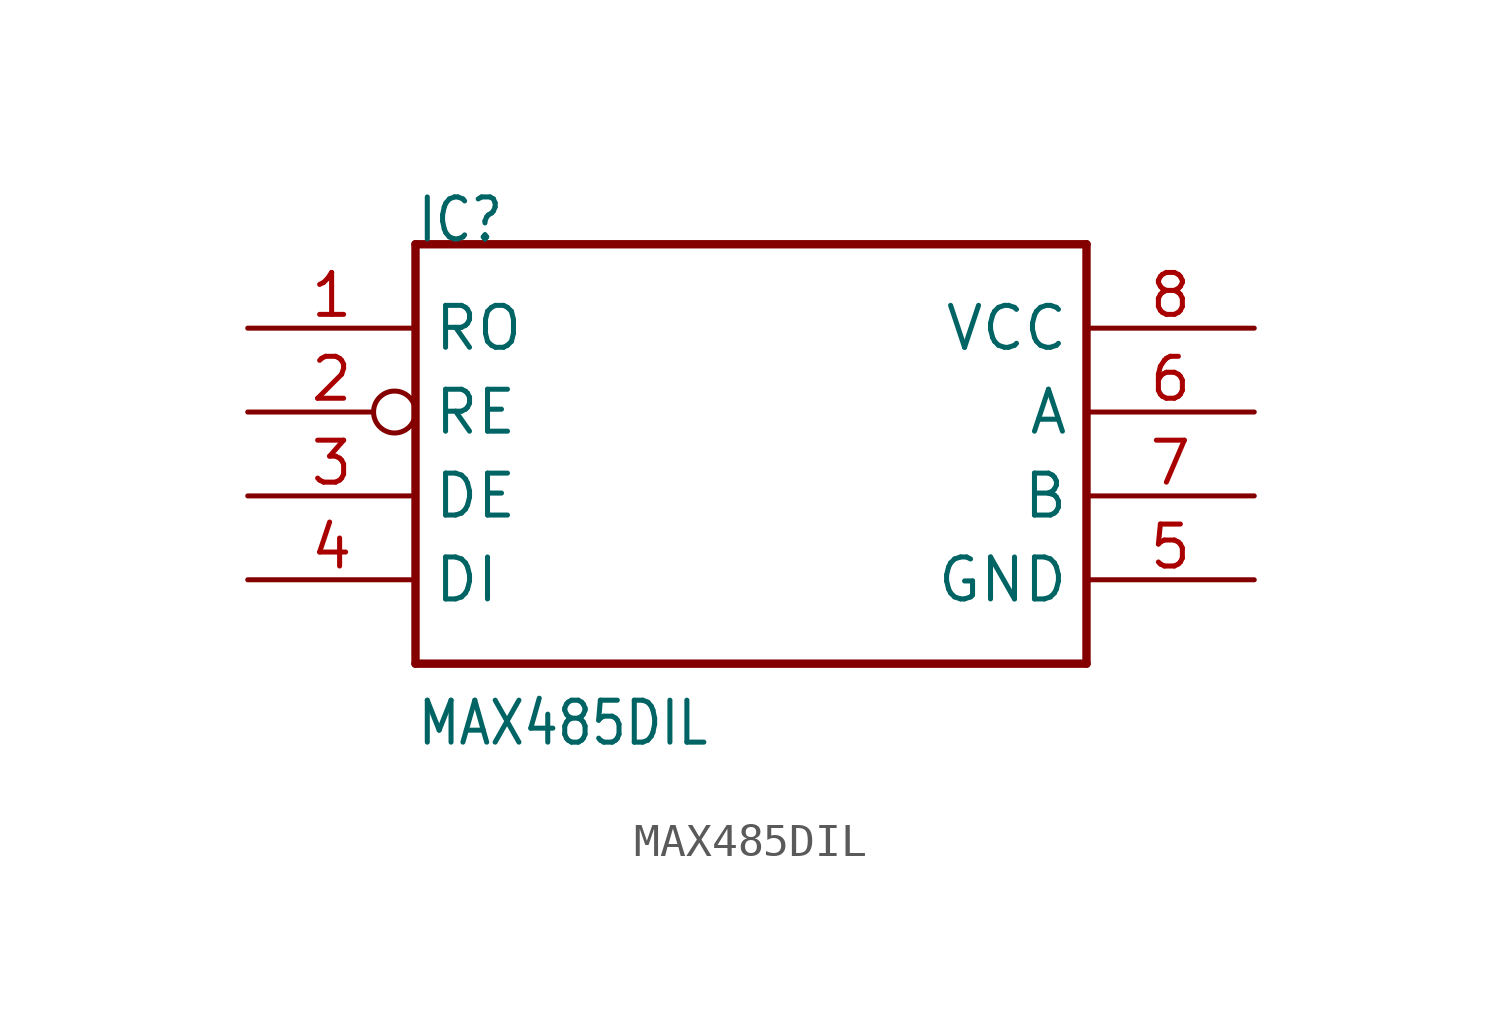
<source format=kicad_sym>
(kicad_symbol_lib
  (version 20211014)
  (generator kicad_symbol_editor)
  (symbol "MAX485DIL"
    (property "Reference" "IC"
      (at -10.16 7.62 0)
      (effects (font (size 1.27 1.079)) (justify left bottom)))
    (property "Value" "MAX485DIL"
      (at -10.16 -7.62 0)
      (effects (font (size 1.27 1.079)) (justify left bottom)))
    (property "ki_locked" ""
      (at 0 0 0)
      (effects (font (size 1.27 1.27))))
    (symbol "MAX485DIL_1_0"
      (polyline (pts (xy -10.16 -5.08) (xy 10.16 -5.08)) (stroke (width 0.254) (type default) (color 0 0 0 0)) (fill (type none)))
      (polyline (pts (xy -10.16 7.62) (xy -10.16 -5.08)) (stroke (width 0.254) (type default) (color 0 0 0 0)) (fill (type none)))
      (polyline (pts (xy 10.16 -5.08) (xy 10.16 7.62)) (stroke (width 0.254) (type default) (color 0 0 0 0)) (fill (type none)))
      (polyline (pts (xy 10.16 7.62) (xy -10.16 7.62)) (stroke (width 0.254) (type default) (color 0 0 0 0)) (fill (type none)))
      (pin bidirectional line (at -15.24 5.08 0) (length 5.08) (name "RO" (effects (font (size 1.27 1.27)))) (number "1" (effects (font (size 1.27 1.27)))))
      (pin bidirectional inverted (at -15.24 2.54 0) (length 5.08) (name "RE" (effects (font (size 1.27 1.27)))) (number "2" (effects (font (size 1.27 1.27)))))
      (pin bidirectional line (at -15.24 0 0) (length 5.08) (name "DE" (effects (font (size 1.27 1.27)))) (number "3" (effects (font (size 1.27 1.27)))))
      (pin bidirectional line (at -15.24 -2.54 0) (length 5.08) (name "DI" (effects (font (size 1.27 1.27)))) (number "4" (effects (font (size 1.27 1.27)))))
      (pin bidirectional line (at 15.24 -2.54 180) (length 5.08) (name "GND" (effects (font (size 1.27 1.27)))) (number "5" (effects (font (size 1.27 1.27)))))
      (pin bidirectional line (at 15.24 2.54 180) (length 5.08) (name "A" (effects (font (size 1.27 1.27)))) (number "6" (effects (font (size 1.27 1.27)))))
      (pin bidirectional line (at 15.24 0 180) (length 5.08) (name "B" (effects (font (size 1.27 1.27)))) (number "7" (effects (font (size 1.27 1.27)))))
      (pin bidirectional line (at 15.24 5.08 180) (length 5.08) (name "VCC" (effects (font (size 1.27 1.27)))) (number "8" (effects (font (size 1.27 1.27))))))))
</source>
